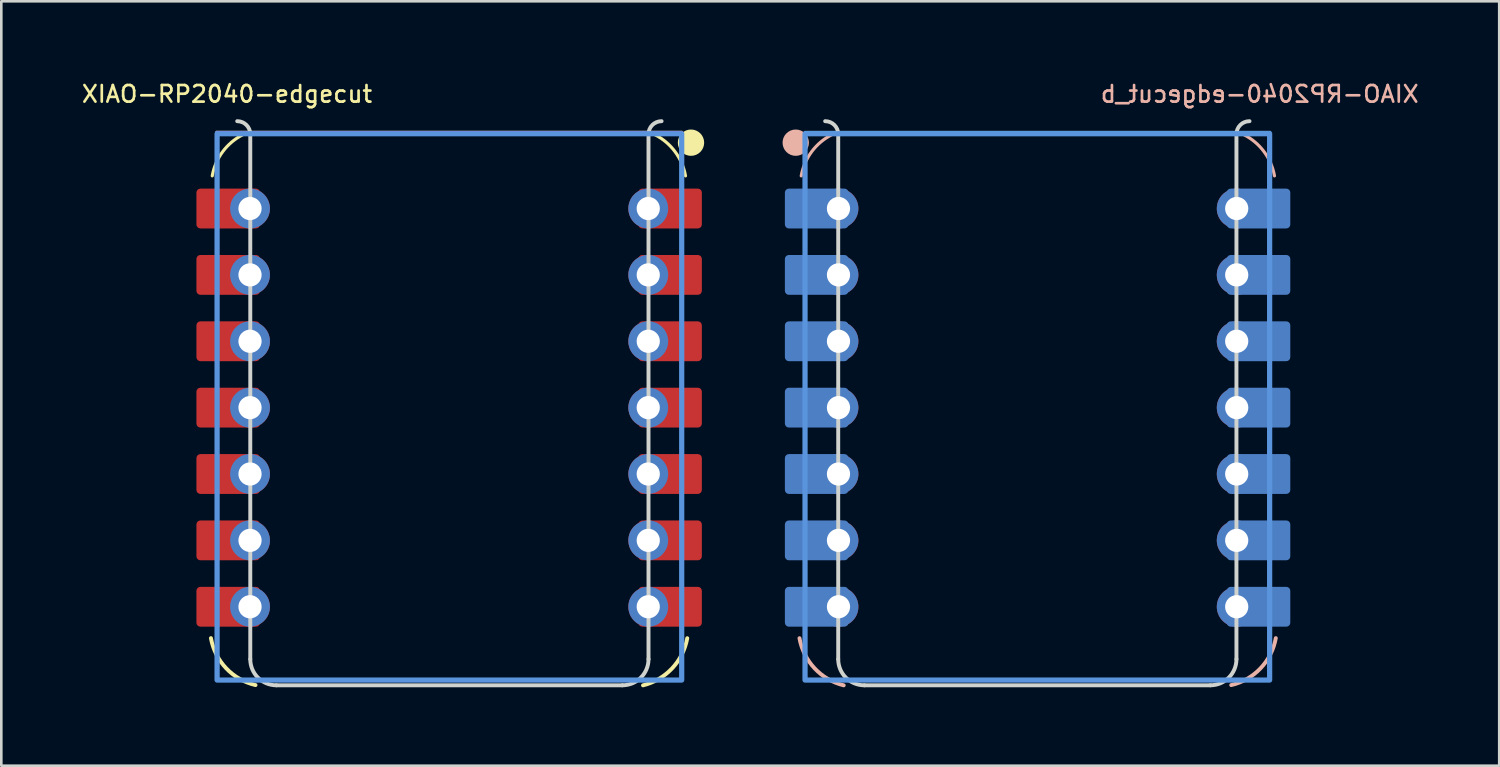
<source format=kicad_pcb>
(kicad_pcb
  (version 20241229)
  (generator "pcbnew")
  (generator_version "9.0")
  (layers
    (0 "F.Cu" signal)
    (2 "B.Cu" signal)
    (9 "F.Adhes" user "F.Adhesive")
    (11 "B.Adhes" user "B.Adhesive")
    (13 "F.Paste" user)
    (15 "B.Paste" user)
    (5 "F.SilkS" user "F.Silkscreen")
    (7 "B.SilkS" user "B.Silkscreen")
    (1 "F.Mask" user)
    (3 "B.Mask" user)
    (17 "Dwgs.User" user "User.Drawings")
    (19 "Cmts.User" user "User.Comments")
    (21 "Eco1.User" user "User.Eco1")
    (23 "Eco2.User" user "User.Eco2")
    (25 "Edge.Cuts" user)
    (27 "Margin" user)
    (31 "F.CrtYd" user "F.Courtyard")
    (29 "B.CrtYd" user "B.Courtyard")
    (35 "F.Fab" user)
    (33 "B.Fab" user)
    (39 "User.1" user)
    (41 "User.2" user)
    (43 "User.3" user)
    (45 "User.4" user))
  (footprint "XIAO-RP2040-edgecut_b"
    (layer "F.Cu")
    (at 36.658 12.55)
    (property "Reference" "XIAO-RP2040-edgecut_b" (at 8.5 -12 0) (unlocked yes) (layer "B.SilkS") (effects (font (size 0.635 0.635) (thickness 0.102)) (justify mirror)))
    (attr smd)
    (fp_arc (start -9.045737 -8.869234) (mid -8.647465 -9.792479) (end -7.879995 -10.442088) (stroke (width 0.12) (type default)) (layer "B.SilkS"))
    (fp_arc (start -7.419999 10.6275) (mid -8.533798 9.976631) (end -9.112418 8.823645) (stroke (width 0.15) (type default)) (layer "B.SilkS"))
    (fp_arc (start 7.899999 -10.442092) (mid 8.667469 -9.792483) (end 9.065741 -8.869238) (stroke (width 0.12) (type default)) (layer "B.SilkS"))
    (fp_arc (start 9.115981 8.82071) (mid 8.532439 9.974935) (end 7.410001 10.6175) (stroke (width 0.15) (type default)) (layer "B.SilkS"))
    (fp_circle (center -9.256 -10.14) (end -9.256 -10.394) (stroke (width 0.5) (type solid)) (fill yes) (layer "B.SilkS"))
    (fp_rect (start -8.9 -10.482) (end 8.88 10.425) (stroke (width 0.2) (type solid)) (fill no) (layer "Cmts.User"))
    (fp_line (start -7.63 9.626) (end -7.63 -10.463) (stroke (width 0.15) (type default)) (layer "Edge.Cuts"))
    (fp_line (start -6.63 10.626) (end 6.61 10.626) (stroke (width 0.15) (type default)) (layer "Edge.Cuts"))
    (fp_line (start 7.61 9.626) (end 7.61 -10.463) (stroke (width 0.15) (type default)) (layer "Edge.Cuts"))
    (fp_arc (start -8.129769 -10.962553) (mid -7.776218 -10.816103) (end -7.629769 -10.462553) (stroke (width 0.15) (type default)) (layer "Edge.Cuts"))
    (fp_arc (start -6.630001 10.6255) (mid -7.337107 10.332606) (end -7.630001 9.6255) (stroke (width 0.15) (type default)) (layer "Edge.Cuts"))
    (fp_arc (start 7.609767 -10.462553) (mid 7.756215 -10.816105) (end 8.109767 -10.962553) (stroke (width 0.15) (type default)) (layer "Edge.Cuts"))
    (fp_arc (start 7.609999 9.6255) (mid 7.317106 10.332607) (end 6.609999 10.6255) (stroke (width 0.15) (type default)) (layer "Edge.Cuts"))
    (fp_rect (start -8.9 -10.55) (end 8.9 10.425) (stroke (width 0.05) (type default)) (fill no) (layer "B.CrtYd"))
    (fp_rect (start -8.9 -10.55) (end 8.9 10.425) (stroke (width 0.1) (type default)) (fill no) (layer "B.Fab"))
    (pad "1" smd roundrect (at -8.455 -7.62 180) (size 2.432 1.524) (layers "B.Cu" "B.Mask") (roundrect_rratio 0.1))
    (pad "1" thru_hole circle (at -7.62 -7.62 180) (size 1.524 1.524) (drill 0.889) (layers "*.Cu" "*.Mask"))
    (pad "2" smd roundrect (at -8.455 -5.08 180) (size 2.432 1.524) (layers "B.Cu" "B.Mask") (roundrect_rratio 0.1))
    (pad "2" thru_hole circle (at -7.62 -5.08 180) (size 1.524 1.524) (drill 0.889) (layers "*.Cu" "*.Mask"))
    (pad "3" smd roundrect (at -8.455 -2.54 180) (size 2.432 1.524) (layers "B.Cu" "B.Mask") (roundrect_rratio 0.1))
    (pad "3" thru_hole circle (at -7.62 -2.54 180) (size 1.524 1.524) (drill 0.889) (layers "*.Cu" "*.Mask"))
    (pad "4" smd roundrect (at -8.455 0 180) (size 2.432 1.524) (layers "B.Cu" "B.Mask") (roundrect_rratio 0.1))
    (pad "4" thru_hole circle (at -7.62 0 180) (size 1.524 1.524) (drill 0.889) (layers "*.Cu" "*.Mask"))
    (pad "5" smd roundrect (at -8.455 2.54 180) (size 2.432 1.524) (layers "B.Cu" "B.Mask") (roundrect_rratio 0.1))
    (pad "5" thru_hole circle (at -7.62 2.54 180) (size 1.524 1.524) (drill 0.889) (layers "*.Cu" "*.Mask"))
    (pad "6" smd roundrect (at -8.455 5.08 180) (size 2.432 1.524) (layers "B.Cu" "B.Mask") (roundrect_rratio 0.1))
    (pad "6" thru_hole circle (at -7.62 5.08 180) (size 1.524 1.524) (drill 0.889) (layers "*.Cu" "*.Mask"))
    (pad "7" smd roundrect (at -8.455 7.62 180) (size 2.432 1.524) (layers "B.Cu" "B.Mask") (roundrect_rratio 0.1))
    (pad "7" thru_hole circle (at -7.62 7.62 180) (size 1.524 1.524) (drill 0.889) (layers "*.Cu" "*.Mask"))
    (pad "8" thru_hole circle (at 7.62 7.62) (size 1.524 1.524) (drill 0.889) (layers "*.Cu" "*.Mask"))
    (pad "8" smd roundrect (at 8.455 7.62) (size 2.432 1.524) (layers "B.Cu" "B.Mask") (roundrect_rratio 0.1))
    (pad "9" thru_hole circle (at 7.62 5.08) (size 1.524 1.524) (drill 0.889) (layers "*.Cu" "*.Mask"))
    (pad "9" smd roundrect (at 8.455 5.08) (size 2.432 1.524) (layers "B.Cu" "B.Mask") (roundrect_rratio 0.1))
    (pad "10" thru_hole circle (at 7.62 2.54) (size 1.524 1.524) (drill 0.889) (layers "*.Cu" "*.Mask"))
    (pad "10" smd roundrect (at 8.455 2.54) (size 2.432 1.524) (layers "B.Cu" "B.Mask") (roundrect_rratio 0.1))
    (pad "11" thru_hole circle (at 7.62 0) (size 1.524 1.524) (drill 0.889) (layers "*.Cu" "*.Mask"))
    (pad "11" smd roundrect (at 8.455 0) (size 2.432 1.524) (layers "B.Cu" "B.Mask") (roundrect_rratio 0.1))
    (pad "12" thru_hole circle (at 7.62 -2.54) (size 1.524 1.524) (drill 0.889) (layers "*.Cu" "*.Mask"))
    (pad "12" smd roundrect (at 8.455 -2.54) (size 2.432 1.524) (layers "B.Cu" "B.Mask") (roundrect_rratio 0.1))
    (pad "13" thru_hole circle (at 7.62 -5.08) (size 1.524 1.524) (drill 0.889) (layers "*.Cu" "*.Mask"))
    (pad "13" smd roundrect (at 8.455 -5.08) (size 2.432 1.524) (layers "B.Cu" "B.Mask") (roundrect_rratio 0.1))
    (pad "14" thru_hole circle (at 7.62 -7.62) (size 1.524 1.524) (drill 0.889) (layers "*.Cu" "*.Mask"))
    (pad "14" smd roundrect (at 8.455 -7.62) (size 2.432 1.524) (layers "B.Cu" "B.Mask") (roundrect_rratio 0.1)))
  (footprint "XIAO-RP2040-edgecut"
    (layer "F.Cu")
    (at 14.138 12.55)
    (property "Reference" "XIAO-RP2040-edgecut" (at -8.5 -12 0) (unlocked yes) (layer "F.SilkS") (effects (font (size 0.635 0.635) (thickness 0.102))))
    (attr smd)
    (fp_arc (start -9.065741 -8.869238) (mid -8.667469 -9.792483) (end -7.899999 -10.442092) (stroke (width 0.12) (type default)) (layer "F.SilkS"))
    (fp_arc (start -7.410001 10.6175) (mid -8.532439 9.974935) (end -9.115981 8.82071) (stroke (width 0.15) (type default)) (layer "F.SilkS"))
    (fp_arc (start 7.879995 -10.442088) (mid 8.647465 -9.792479) (end 9.045737 -8.869234) (stroke (width 0.12) (type default)) (layer "F.SilkS"))
    (fp_arc (start 9.112418 8.823645) (mid 8.533798 9.976631) (end 7.419999 10.6275) (stroke (width 0.15) (type default)) (layer "F.SilkS"))
    (fp_circle (center 9.256 -10.14) (end 9.256 -10.394) (stroke (width 0.5) (type solid)) (fill yes) (layer "F.SilkS"))
    (fp_rect (start -8.88 -10.482) (end 8.9 10.425) (stroke (width 0.2) (type solid)) (fill no) (layer "Cmts.User"))
    (fp_line (start -7.61 9.626) (end -7.61 -10.463) (stroke (width 0.15) (type default)) (layer "Edge.Cuts"))
    (fp_line (start 6.63 10.626) (end -6.61 10.626) (stroke (width 0.15) (type default)) (layer "Edge.Cuts"))
    (fp_line (start 7.63 9.626) (end 7.63 -10.463) (stroke (width 0.15) (type default)) (layer "Edge.Cuts"))
    (fp_arc (start -8.109767 -10.962553) (mid -7.756215 -10.816105) (end -7.609767 -10.462553) (stroke (width 0.15) (type default)) (layer "Edge.Cuts"))
    (fp_arc (start -6.609999 10.6255) (mid -7.317106 10.332607) (end -7.609999 9.6255) (stroke (width 0.15) (type default)) (layer "Edge.Cuts"))
    (fp_arc (start 7.629769 -10.462553) (mid 7.776219 -10.816103) (end 8.129769 -10.962553) (stroke (width 0.15) (type default)) (layer "Edge.Cuts"))
    (fp_arc (start 7.630001 9.6255) (mid 7.337108 10.332607) (end 6.630001 10.6255) (stroke (width 0.15) (type default)) (layer "Edge.Cuts"))
    (fp_rect (start -8.9 -10.55) (end 8.9 10.425) (stroke (width 0.05) (type default)) (fill no) (layer "F.CrtYd"))
    (fp_rect (start -8.9 -10.55) (end 8.9 10.425) (stroke (width 0.1) (type default)) (fill no) (layer "F.Fab"))
    (pad "1" thru_hole circle (at 7.62 -7.62 180) (size 1.524 1.524) (drill 0.889) (layers "*.Cu" "*.Mask"))
    (pad "1" smd roundrect (at 8.455 -7.62 180) (size 2.432 1.524) (layers "F.Cu" "F.Mask") (roundrect_rratio 0.1))
    (pad "2" thru_hole circle (at 7.62 -5.08 180) (size 1.524 1.524) (drill 0.889) (layers "*.Cu" "*.Mask"))
    (pad "2" smd roundrect (at 8.455 -5.08 180) (size 2.432 1.524) (layers "F.Cu" "F.Mask") (roundrect_rratio 0.1))
    (pad "3" thru_hole circle (at 7.62 -2.54 180) (size 1.524 1.524) (drill 0.889) (layers "*.Cu" "*.Mask"))
    (pad "3" smd roundrect (at 8.455 -2.54 180) (size 2.432 1.524) (layers "F.Cu" "F.Mask") (roundrect_rratio 0.1))
    (pad "4" thru_hole circle (at 7.62 0 180) (size 1.524 1.524) (drill 0.889) (layers "*.Cu" "*.Mask"))
    (pad "4" smd roundrect (at 8.455 0 180) (size 2.432 1.524) (layers "F.Cu" "F.Mask") (roundrect_rratio 0.1))
    (pad "5" thru_hole circle (at 7.62 2.54 180) (size 1.524 1.524) (drill 0.889) (layers "*.Cu" "*.Mask"))
    (pad "5" smd roundrect (at 8.455 2.54 180) (size 2.432 1.524) (layers "F.Cu" "F.Mask") (roundrect_rratio 0.1))
    (pad "6" thru_hole circle (at 7.62 5.08 180) (size 1.524 1.524) (drill 0.889) (layers "*.Cu" "*.Mask"))
    (pad "6" smd roundrect (at 8.455 5.08 180) (size 2.432 1.524) (layers "F.Cu" "F.Mask") (roundrect_rratio 0.1))
    (pad "7" thru_hole circle (at 7.62 7.62 180) (size 1.524 1.524) (drill 0.889) (layers "*.Cu" "*.Mask"))
    (pad "7" smd roundrect (at 8.455 7.62 180) (size 2.432 1.524) (layers "F.Cu" "F.Mask") (roundrect_rratio 0.1))
    (pad "8" smd roundrect (at -8.455 7.62) (size 2.432 1.524) (layers "F.Cu" "F.Mask") (roundrect_rratio 0.1))
    (pad "8" thru_hole circle (at -7.62 7.62) (size 1.524 1.524) (drill 0.889) (layers "*.Cu" "*.Mask"))
    (pad "9" smd roundrect (at -8.455 5.08) (size 2.432 1.524) (layers "F.Cu" "F.Mask") (roundrect_rratio 0.1))
    (pad "9" thru_hole circle (at -7.62 5.08) (size 1.524 1.524) (drill 0.889) (layers "*.Cu" "*.Mask"))
    (pad "10" smd roundrect (at -8.455 2.54) (size 2.432 1.524) (layers "F.Cu" "F.Mask") (roundrect_rratio 0.1))
    (pad "10" thru_hole circle (at -7.62 2.54) (size 1.524 1.524) (drill 0.889) (layers "*.Cu" "*.Mask"))
    (pad "11" smd roundrect (at -8.455 0) (size 2.432 1.524) (layers "F.Cu" "F.Mask") (roundrect_rratio 0.1))
    (pad "11" thru_hole circle (at -7.62 0) (size 1.524 1.524) (drill 0.889) (layers "*.Cu" "*.Mask"))
    (pad "12" smd roundrect (at -8.455 -2.54) (size 2.432 1.524) (layers "F.Cu" "F.Mask") (roundrect_rratio 0.1))
    (pad "12" thru_hole circle (at -7.62 -2.54) (size 1.524 1.524) (drill 0.889) (layers "*.Cu" "*.Mask"))
    (pad "13" smd roundrect (at -8.455 -5.08) (size 2.432 1.524) (layers "F.Cu" "F.Mask") (roundrect_rratio 0.1))
    (pad "13" thru_hole circle (at -7.62 -5.08) (size 1.524 1.524) (drill 0.889) (layers "*.Cu" "*.Mask"))
    (pad "14" smd roundrect (at -8.455 -7.62) (size 2.432 1.524) (layers "F.Cu" "F.Mask") (roundrect_rratio 0.1))
    (pad "14" thru_hole circle (at -7.62 -7.62) (size 1.524 1.524) (drill 0.889) (layers "*.Cu" "*.Mask")))
  (gr_rect
    (start -3 -3)
    (end 54.324 26.252)
    (stroke (width 0.1) (type default))
    (fill no)
    (layer "Edge.Cuts")))
</source>
